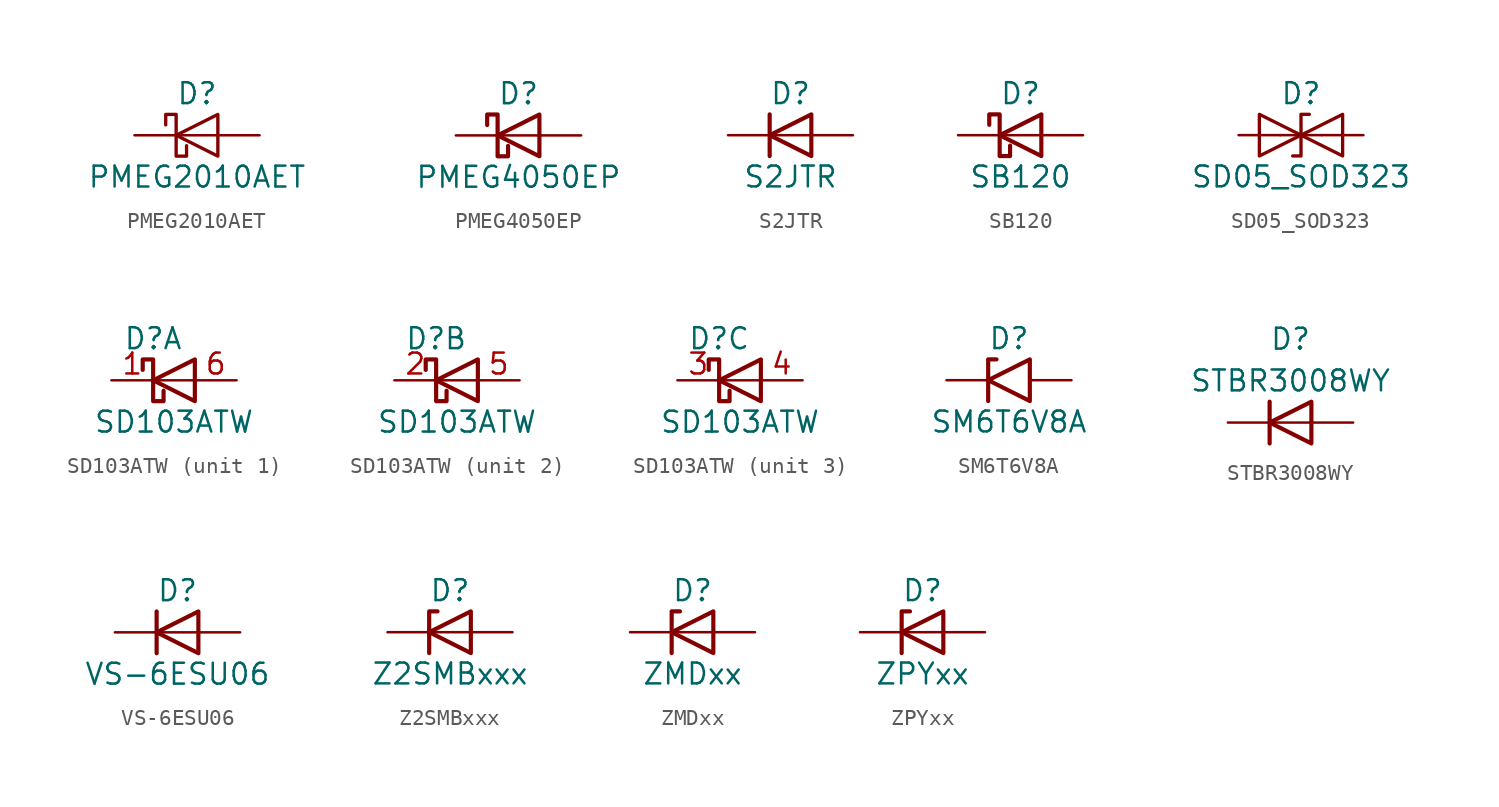
<source format=kicad_sym>
(kicad_symbol_lib
  (version 20201005)
  (generator kicad_symbol_editor)
  (symbol "Diode:PMEG2010AET"
    (pin_numbers hide)
    (pin_names hide)
    (property "Reference" "D"
      (at 0 2.54 0)
      (effects (font (size 1.27 1.27))))
    (property "Value" "PMEG2010AET"
      (at 0 -2.54 0)
      (effects (font (size 1.27 1.27))))
    (symbol "PMEG2010AET_0_1"
      (polyline (pts (xy 1.27 0) (xy -1.27 0)) (stroke (width 0)) (fill (type none)))
      (polyline (pts (xy 1.27 -1.27) (xy 1.27 1.27) (xy -1.27 0) (xy 1.27 -1.27)) (stroke (width 0.203)) (fill (type none)))
      (polyline (pts (xy -1.905 0.635) (xy -1.905 1.27) (xy -1.27 1.27) (xy -1.27 -1.27) (xy -0.635 -1.27) (xy -0.635 -0.635)) (stroke (width 0.203)) (fill (type none))))
    (symbol "PMEG2010AET_1_1"
      (pin passive line (at -3.81 0 0) (length 2.54) (name "K" (effects (font (size 1.27 1.27)))) (number "1" (effects (font (size 1.27 1.27)))))
      (pin passive line (at 3.81 0 180) (length 2.54) (name "A" (effects (font (size 1.27 1.27)))) (number "2" (effects (font (size 1.27 1.27)))))))
  (symbol "Diode:PMEG4050EP"
    (pin_numbers hide)
    (pin_names hide)
    (property "Reference" "D"
      (at 0 2.54 0)
      (effects (font (size 1.27 1.27))))
    (property "Value" "PMEG4050EP"
      (at 0 -2.54 0)
      (effects (font (size 1.27 1.27))))
    (symbol "PMEG4050EP_0_1"
      (polyline (pts (xy 1.27 0) (xy -1.27 0)) (stroke (width 0)) (fill (type none)))
      (polyline (pts (xy 1.27 1.27) (xy 1.27 -1.27) (xy -1.27 0) (xy 1.27 1.27)) (stroke (width 0.254)) (fill (type none)))
      (polyline (pts (xy -1.905 0.635) (xy -1.905 1.27) (xy -1.27 1.27) (xy -1.27 -1.27) (xy -0.635 -1.27) (xy -0.635 -0.635)) (stroke (width 0.254)) (fill (type none))))
    (symbol "PMEG4050EP_1_1"
      (pin passive line (at -3.81 0 0) (length 2.54) (name "K" (effects (font (size 1.27 1.27)))) (number "1" (effects (font (size 1.27 1.27)))))
      (pin passive line (at 3.81 0 180) (length 2.54) (name "A" (effects (font (size 1.27 1.27)))) (number "2" (effects (font (size 1.27 1.27)))))))
  (symbol "Diode:S2JTR"
    (pin_numbers hide)
    (pin_names
      (offset 1.016) hide)
    (property "Reference" "D"
      (at 0 2.54 0)
      (effects (font (size 1.27 1.27))))
    (property "Value" "S2JTR"
      (at 0 -2.54 0)
      (effects (font (size 1.27 1.27))))
    (symbol "S2JTR_0_1"
      (polyline (pts (xy -1.27 1.27) (xy -1.27 -1.27)) (stroke (width 0.254)) (fill (type none)))
      (polyline (pts (xy 1.27 0) (xy -1.27 0)) (stroke (width 0)) (fill (type none)))
      (polyline (pts (xy 1.27 1.27) (xy 1.27 -1.27) (xy -1.27 0) (xy 1.27 1.27)) (stroke (width 0.254)) (fill (type none))))
    (symbol "S2JTR_1_1"
      (pin passive line (at -3.81 0 0) (length 2.54) (name "K" (effects (font (size 1.27 1.27)))) (number "1" (effects (font (size 1.27 1.27)))))
      (pin passive line (at 3.81 0 180) (length 2.54) (name "A" (effects (font (size 1.27 1.27)))) (number "2" (effects (font (size 1.27 1.27)))))))
  (symbol "Diode:SB120"
    (pin_numbers hide)
    (pin_names
      (offset 1.016) hide)
    (property "Reference" "D"
      (at 0 2.54 0)
      (effects (font (size 1.27 1.27))))
    (property "Value" "SB120"
      (at 0 -2.54 0)
      (effects (font (size 1.27 1.27))))
    (symbol "SB120_0_1"
      (polyline (pts (xy 1.27 0) (xy -1.27 0)) (stroke (width 0)) (fill (type none)))
      (polyline (pts (xy 1.27 1.27) (xy 1.27 -1.27) (xy -1.27 0) (xy 1.27 1.27)) (stroke (width 0.254)) (fill (type none)))
      (polyline (pts (xy -1.905 0.635) (xy -1.905 1.27) (xy -1.27 1.27) (xy -1.27 -1.27) (xy -0.635 -1.27) (xy -0.635 -0.635)) (stroke (width 0.254)) (fill (type none))))
    (symbol "SB120_1_1"
      (pin passive line (at -3.81 0 0) (length 2.54) (name "K" (effects (font (size 1.27 1.27)))) (number "1" (effects (font (size 1.27 1.27)))))
      (pin passive line (at 3.81 0 180) (length 2.54) (name "A" (effects (font (size 1.27 1.27)))) (number "2" (effects (font (size 1.27 1.27)))))))
  (symbol "Diode:SD05_SOD323"
    (pin_numbers hide)
    (pin_names
      (offset 1.016) hide)
    (property "Reference" "D"
      (at 0 2.54 0)
      (effects (font (size 1.27 1.27))))
    (property "Value" "SD05_SOD323"
      (at 0 -2.54 0)
      (effects (font (size 1.27 1.27))))
    (symbol "SD05_SOD323_0_1"
      (polyline (pts (xy 1.27 0) (xy -1.27 0)) (stroke (width 0)) (fill (type none)))
      (polyline (pts (xy -2.54 -1.27) (xy 0 0) (xy -2.54 1.27) (xy -2.54 -1.27)) (stroke (width 0.203)) (fill (type none)))
      (polyline (pts (xy 0.508 1.27) (xy 0 1.27) (xy 0 -1.27) (xy -0.508 -1.27)) (stroke (width 0.203)) (fill (type none)))
      (polyline (pts (xy 2.54 1.27) (xy 2.54 -1.27) (xy 0 0) (xy 2.54 1.27)) (stroke (width 0.203)) (fill (type none))))
    (symbol "SD05_SOD323_1_1"
      (pin passive line (at -3.81 0 0) (length 2.54) (name "A1" (effects (font (size 1.27 1.27)))) (number "1" (effects (font (size 1.27 1.27)))))
      (pin passive line (at 3.81 0 180) (length 2.54) (name "A2" (effects (font (size 1.27 1.27)))) (number "2" (effects (font (size 1.27 1.27)))))))
  (symbol "Diode:SD103ATW"
    (pin_names hide)
    (property "Reference" "D"
      (at -1.27 2.54 0)
      (effects (font (size 1.27 1.27))))
    (property "Value" "SD103ATW"
      (at 0 -2.54 0)
      (effects (font (size 1.27 1.27))))
    (symbol "SD103ATW_0_1"
      (polyline (pts (xy 1.27 0) (xy -1.27 0)) (stroke (width 0)) (fill (type none)))
      (polyline (pts (xy 1.27 1.27) (xy 1.27 -1.27) (xy -1.27 0) (xy 1.27 1.27)) (stroke (width 0.254)) (fill (type none)))
      (polyline (pts (xy -1.905 0.635) (xy -1.905 1.27) (xy -1.27 1.27) (xy -1.27 -1.27) (xy -0.635 -1.27) (xy -0.635 -0.635)) (stroke (width 0.254)) (fill (type none))))
    (symbol "SD103ATW_1_1"
      (pin passive line (at -3.81 0 0) (length 2.54) (name "K" (effects (font (size 1.27 1.27)))) (number "1" (effects (font (size 1.27 1.27)))))
      (pin passive line (at 3.81 0 180) (length 2.54) (name "A" (effects (font (size 1.27 1.27)))) (number "6" (effects (font (size 1.27 1.27))))))
    (symbol "SD103ATW_2_1"
      (pin passive line (at -3.81 0 0) (length 2.54) (name "K" (effects (font (size 1.27 1.27)))) (number "2" (effects (font (size 1.27 1.27)))))
      (pin passive line (at 3.81 0 180) (length 2.54) (name "A" (effects (font (size 1.27 1.27)))) (number "5" (effects (font (size 1.27 1.27))))))
    (symbol "SD103ATW_3_1"
      (pin passive line (at -3.81 0 0) (length 2.54) (name "K" (effects (font (size 1.27 1.27)))) (number "3" (effects (font (size 1.27 1.27)))))
      (pin passive line (at 3.81 0 180) (length 2.54) (name "A" (effects (font (size 1.27 1.27)))) (number "4" (effects (font (size 1.27 1.27)))))))
  (symbol "Diode:SM6T6V8A"
    (pin_numbers hide)
    (pin_names
      (offset 1.016) hide)
    (property "Reference" "D"
      (at 0 2.54 0)
      (effects (font (size 1.27 1.27))))
    (property "Value" "SM6T6V8A"
      (at 0 -2.54 0)
      (effects (font (size 1.27 1.27))))
    (symbol "SM6T6V8A_0_1"
      (polyline (pts (xy -0.762 1.27) (xy -1.27 1.27) (xy -1.27 -1.27)) (stroke (width 0.254)) (fill (type none)))
      (polyline (pts (xy 1.27 1.27) (xy 1.27 -1.27) (xy -1.27 0) (xy 1.27 1.27)) (stroke (width 0.254)) (fill (type none))))
    (symbol "SM6T6V8A_1_1"
      (pin passive line (at -3.81 0 0) (length 2.54) (name "A1" (effects (font (size 1.27 1.27)))) (number "1" (effects (font (size 1.27 1.27)))))
      (pin passive line (at 3.81 0 180) (length 2.54) (name "A2" (effects (font (size 1.27 1.27)))) (number "2" (effects (font (size 1.27 1.27)))))))
  (symbol "Diode:STBR3008WY"
    (pin_numbers hide)
    (pin_names
      (offset 1.016) hide)
    (property "Reference" "D"
      (at 0 5.08 0)
      (effects (font (size 1.27 1.27))))
    (property "Value" "STBR3008WY"
      (at 0 2.54 0)
      (effects (font (size 1.27 1.27))))
    (symbol "STBR3008WY_1_1"
      (polyline (pts (xy -1.27 1.27) (xy -1.27 -1.27)) (stroke (width 0.254)) (fill (type none)))
      (polyline (pts (xy 1.27 0) (xy -1.27 0)) (stroke (width 0)) (fill (type none)))
      (polyline (pts (xy 1.27 1.27) (xy 1.27 -1.27) (xy -1.27 0) (xy 1.27 1.27)) (stroke (width 0.254)) (fill (type none)))
      (pin passive line (at -3.81 0 0) (length 2.54) (name "K" (effects (font (size 1.27 1.27)))) (number "1" (effects (font (size 1.27 1.27)))))
      (pin passive line (at 3.81 0 180) (length 2.54) (name "A" (effects (font (size 1.27 1.27)))) (number "2" (effects (font (size 1.27 1.27)))))))
  (symbol "Diode:VS-6ESU06"
    (pin_numbers hide)
    (pin_names hide)
    (property "Reference" "D"
      (at 0 2.54 0)
      (effects (font (size 1.27 1.27))))
    (property "Value" "VS-6ESU06"
      (at 0 -2.54 0)
      (effects (font (size 1.27 1.27))))
    (symbol "VS-6ESU06_0_1"
      (polyline (pts (xy -1.27 1.27) (xy -1.27 -1.27)) (stroke (width 0.254)) (fill (type none)))
      (polyline (pts (xy 1.27 0) (xy -1.27 0)) (stroke (width 0)) (fill (type none)))
      (polyline (pts (xy 1.27 1.27) (xy 1.27 -1.27) (xy -1.27 0) (xy 1.27 1.27)) (stroke (width 0.254)) (fill (type none))))
    (symbol "VS-6ESU06_1_1"
      (pin passive line (at 3.81 0 180) (length 2.54) (name "A" (effects (font (size 1.27 1.27)))) (number "1" (effects (font (size 1.27 1.27)))))
      (pin passive line (at 3.81 0 180) (length 2.54) hide (name "A" (effects (font (size 1.27 1.27)))) (number "2" (effects (font (size 1.27 1.27)))))
      (pin passive line (at -3.81 0 0) (length 2.54) (name "K" (effects (font (size 1.27 1.27)))) (number "3" (effects (font (size 1.27 1.27)))))))
  (symbol "Diode:Z2SMBxxx"
    (pin_numbers hide)
    (pin_names
      (offset 1.016) hide)
    (property "Reference" "D"
      (at 0 2.54 0)
      (effects (font (size 1.27 1.27))))
    (property "Value" "Z2SMBxxx"
      (at 0 -2.54 0)
      (effects (font (size 1.27 1.27))))
    (symbol "Z2SMBxxx_0_1"
      (polyline (pts (xy 1.27 0) (xy -1.27 0)) (stroke (width 0)) (fill (type none)))
      (polyline (pts (xy -1.27 -1.27) (xy -1.27 1.27) (xy -0.762 1.27)) (stroke (width 0.254)) (fill (type none)))
      (polyline (pts (xy 1.27 -1.27) (xy 1.27 1.27) (xy -1.27 0) (xy 1.27 -1.27)) (stroke (width 0.254)) (fill (type none))))
    (symbol "Z2SMBxxx_1_1"
      (pin passive line (at -3.81 0 0) (length 2.54) (name "K" (effects (font (size 1.27 1.27)))) (number "1" (effects (font (size 1.27 1.27)))))
      (pin passive line (at 3.81 0 180) (length 2.54) (name "A" (effects (font (size 1.27 1.27)))) (number "2" (effects (font (size 1.27 1.27)))))))
  (symbol "Diode:ZMDxx"
    (pin_numbers hide)
    (pin_names
      (offset 1.016) hide)
    (property "Reference" "D"
      (at 0 2.54 0)
      (effects (font (size 1.27 1.27))))
    (property "Value" "ZMDxx"
      (at 0 -2.54 0)
      (effects (font (size 1.27 1.27))))
    (symbol "ZMDxx_0_1"
      (polyline (pts (xy 1.27 0) (xy -1.27 0)) (stroke (width 0)) (fill (type none)))
      (polyline (pts (xy -1.27 -1.27) (xy -1.27 1.27) (xy -0.762 1.27)) (stroke (width 0.254)) (fill (type none)))
      (polyline (pts (xy 1.27 -1.27) (xy 1.27 1.27) (xy -1.27 0) (xy 1.27 -1.27)) (stroke (width 0.254)) (fill (type none))))
    (symbol "ZMDxx_1_1"
      (pin passive line (at -3.81 0 0) (length 2.54) (name "K" (effects (font (size 1.27 1.27)))) (number "1" (effects (font (size 1.27 1.27)))))
      (pin passive line (at 3.81 0 180) (length 2.54) (name "A" (effects (font (size 1.27 1.27)))) (number "2" (effects (font (size 1.27 1.27)))))))
  (symbol "Diode:ZPYxx"
    (pin_numbers hide)
    (pin_names
      (offset 1.016) hide)
    (property "Reference" "D"
      (at 0 2.54 0)
      (effects (font (size 1.27 1.27))))
    (property "Value" "ZPYxx"
      (at 0 -2.54 0)
      (effects (font (size 1.27 1.27))))
    (symbol "ZPYxx_0_1"
      (polyline (pts (xy 1.27 0) (xy -1.27 0)) (stroke (width 0)) (fill (type none)))
      (polyline (pts (xy -1.27 -1.27) (xy -1.27 1.27) (xy -0.762 1.27)) (stroke (width 0.254)) (fill (type none)))
      (polyline (pts (xy 1.27 -1.27) (xy 1.27 1.27) (xy -1.27 0) (xy 1.27 -1.27)) (stroke (width 0.254)) (fill (type none))))
    (symbol "ZPYxx_1_1"
      (pin passive line (at -3.81 0 0) (length 2.54) (name "K" (effects (font (size 1.27 1.27)))) (number "1" (effects (font (size 1.27 1.27)))))
      (pin passive line (at 3.81 0 180) (length 2.54) (name "A" (effects (font (size 1.27 1.27)))) (number "2" (effects (font (size 1.27 1.27))))))))
</source>
